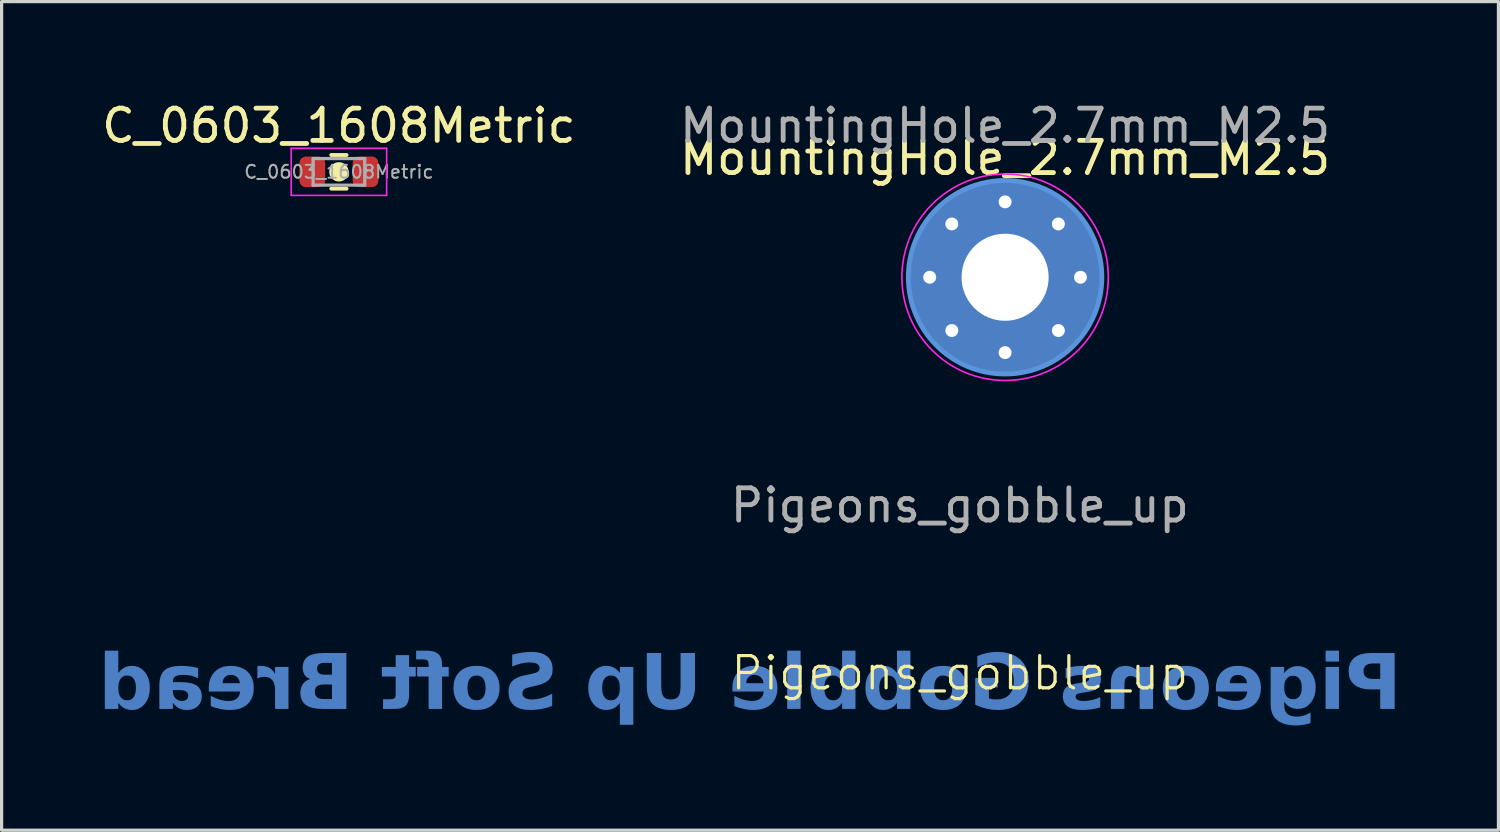
<source format=kicad_pcb>
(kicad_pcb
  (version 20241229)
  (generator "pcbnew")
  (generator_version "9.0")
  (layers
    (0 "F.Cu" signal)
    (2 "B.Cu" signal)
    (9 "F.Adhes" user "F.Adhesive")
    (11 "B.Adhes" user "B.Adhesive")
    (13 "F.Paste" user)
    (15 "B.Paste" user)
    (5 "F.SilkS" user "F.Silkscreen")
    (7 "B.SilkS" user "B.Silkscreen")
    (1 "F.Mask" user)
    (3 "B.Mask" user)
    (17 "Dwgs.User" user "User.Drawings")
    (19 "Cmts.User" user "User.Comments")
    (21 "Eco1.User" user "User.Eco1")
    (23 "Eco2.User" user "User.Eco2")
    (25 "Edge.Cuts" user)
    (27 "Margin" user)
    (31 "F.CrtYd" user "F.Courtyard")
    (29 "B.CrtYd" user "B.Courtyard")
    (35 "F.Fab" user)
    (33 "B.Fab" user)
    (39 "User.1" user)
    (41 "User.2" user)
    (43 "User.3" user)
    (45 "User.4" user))
  (footprint "Pigeons_gobble_up"
    (layer "F.Cu")
    (at 26.709 18.319)
    (property "Reference" "Pigeons_gobble_up" (at 0 -0.5 0) (unlocked yes) (layer "F.SilkS") (effects (font (size 1 1) (thickness 0.1))))
    (attr smd)
    (fp_text user "Pigeons Gobble Up Soft Bread" (at 13.7 0.9 0) (unlocked yes) (layer "B.Cu") (effects (font (face "Snell Roundhand") (size 1.7 1.7) (thickness 0.3) (bold yes)) (justify left bottom mirror)))
    (fp_text user "Pigeons Gobble Up Soft Bread" (at 13.7 0.9 0) (unlocked yes) (layer "B.Mask") (effects (font (face "Snell Roundhand") (size 1.7 1.7) (thickness 0.3) (bold yes)) (justify left bottom mirror)))
    (fp_text user "${REFERENCE}" (at 0 -5.7 0) (unlocked yes) (layer "F.Fab") (effects (font (size 1 1) (thickness 0.15)))))
  (footprint "MountingHole_2.7mm_M2.5"
    (layer "F.Cu")
    (at 28.113 5.546)
    (property "Reference" "MountingHole_2.7mm_M2.5" (at 0 -3.7 0) (layer "F.SilkS") (effects (font (size 1 1) (thickness 0.15))))
    (attr exclude_from_pos_files exclude_from_bom)
    (fp_circle (center 0 0) (end 2.9 0) (stroke (width 0.1) (type solid)) (fill yes) (layer "F.Mask"))
    (fp_circle (center 0 0) (end 2.9 0) (stroke (width 0.1) (type solid)) (fill yes) (layer "B.Mask"))
    (fp_circle (center 0 0) (end 3 0) (stroke (width 0.15) (type solid)) (fill no) (layer "Cmts.User"))
    (fp_circle (center 0 0) (end 3.2 0) (stroke (width 0.05) (type solid)) (fill no) (layer "F.CrtYd"))
    (fp_text user "${REFERENCE}" (at 0 -4.698 0) (unlocked yes) (layer "F.Fab") (effects (font (size 1 1) (thickness 0.15))))
    (pad "1" thru_hole circle (at -2.337 0 90) (size 1 1) (drill 0.4) (layers "*.Cu" "*.Mask"))
    (pad "1" thru_hole circle (at -1.652 -1.652 45) (size 1 1) (drill 0.4) (layers "*.Cu" "*.Mask"))
    (pad "1" thru_hole circle (at -1.652 1.652 135) (size 1 1) (drill 0.4) (layers "*.Cu" "*.Mask"))
    (pad "1" thru_hole circle (at 0 -2.337) (size 1 1) (drill 0.4) (layers "*.Cu" "*.Mask"))
    (pad "1" thru_hole circle (at 0 0 90) (size 6 6) (drill 2.7) (layers "*.Cu" "*.Mask"))
    (pad "1" thru_hole circle (at 0 2.337 180) (size 1 1) (drill 0.4) (layers "*.Cu" "*.Mask"))
    (pad "1" thru_hole circle (at 1.652 -1.652 315) (size 1 1) (drill 0.4) (layers "*.Cu" "*.Mask"))
    (pad "1" thru_hole circle (at 1.652 1.652 225) (size 1 1) (drill 0.4) (layers "*.Cu" "*.Mask"))
    (pad "1" thru_hole circle (at 2.337 0 270) (size 1 1) (drill 0.4) (layers "*.Cu" "*.Mask")))
  (footprint "C_0603_1608Metric"
    (layer "F.Cu")
    (at 7.458 2.278)
    (property "Reference" "C_0603_1608Metric" (at 0 -1.43 0) (layer "F.SilkS") (effects (font (size 1 1) (thickness 0.15))))
    (attr smd)
    (fp_line (start -0.237 -0.522) (end 0.237 -0.522) (stroke (width 0.12) (type solid)) (layer "F.SilkS"))
    (fp_line (start -0.237 0.522) (end 0.237 0.522) (stroke (width 0.12) (type solid)) (layer "F.SilkS"))
    (fp_circle (center 0 0) (end 0.25 0) (stroke (width 0.1) (type solid)) (fill yes) (layer "F.SilkS"))
    (fp_line (start -1.48 -0.73) (end 1.48 -0.73) (stroke (width 0.05) (type solid)) (layer "F.CrtYd"))
    (fp_line (start -1.48 0.73) (end -1.48 -0.73) (stroke (width 0.05) (type solid)) (layer "F.CrtYd"))
    (fp_line (start 1.48 -0.73) (end 1.48 0.73) (stroke (width 0.05) (type solid)) (layer "F.CrtYd"))
    (fp_line (start 1.48 0.73) (end -1.48 0.73) (stroke (width 0.05) (type solid)) (layer "F.CrtYd"))
    (fp_line (start -0.8 -0.412) (end 0.8 -0.412) (stroke (width 0.1) (type solid)) (layer "F.Fab"))
    (fp_line (start -0.8 0.412) (end -0.8 -0.412) (stroke (width 0.1) (type solid)) (layer "F.Fab"))
    (fp_line (start 0.8 -0.412) (end 0.8 0.412) (stroke (width 0.1) (type solid)) (layer "F.Fab"))
    (fp_line (start 0.8 0.412) (end -0.8 0.412) (stroke (width 0.1) (type solid)) (layer "F.Fab"))
    (fp_text user "${REFERENCE}" (at 0 0 0) (layer "F.Fab") (effects (font (size 0.4 0.4) (thickness 0.06))))
    (pad "1" smd roundrect (at -0.825 0) (size 0.8 0.95) (layers "F.Cu" "F.Mask" "F.Paste") (roundrect_rratio 0.25))
    (pad "2" smd roundrect (at 0.825 0) (size 0.8 0.95) (layers "F.Cu" "F.Mask" "F.Paste") (roundrect_rratio 0.25)))
  (gr_rect
    (start -3 -3)
    (end 43.409 22.691)
    (stroke (width 0.1) (type default))
    (fill no)
    (layer "Edge.Cuts")))
</source>
